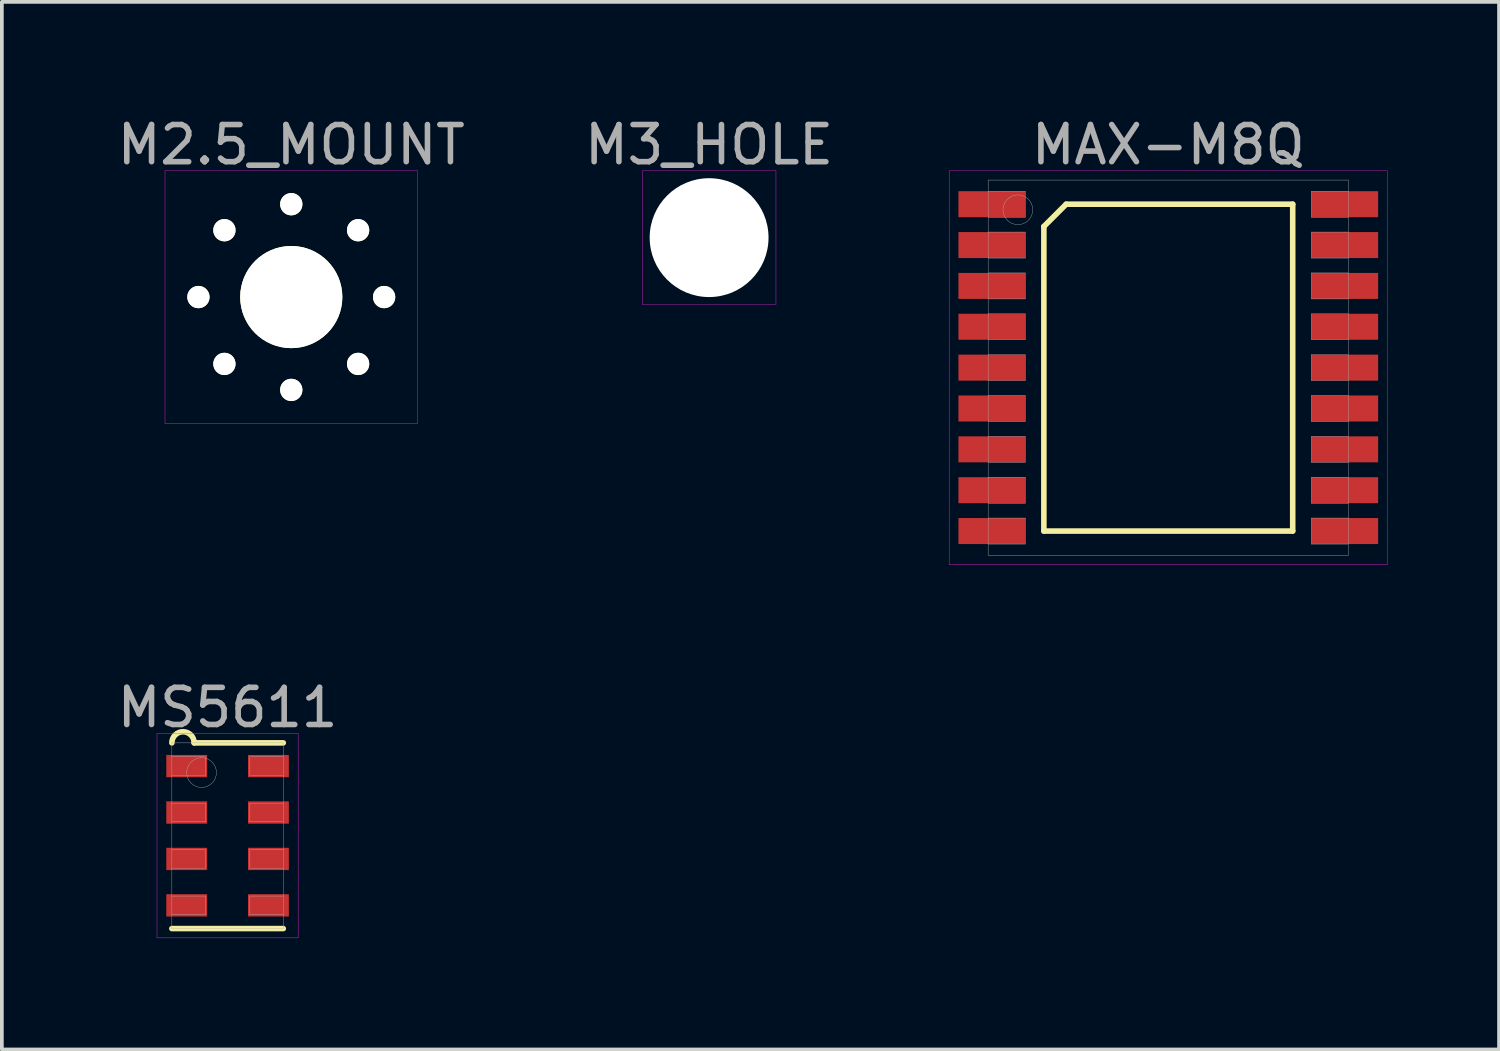
<source format=kicad_pcb>
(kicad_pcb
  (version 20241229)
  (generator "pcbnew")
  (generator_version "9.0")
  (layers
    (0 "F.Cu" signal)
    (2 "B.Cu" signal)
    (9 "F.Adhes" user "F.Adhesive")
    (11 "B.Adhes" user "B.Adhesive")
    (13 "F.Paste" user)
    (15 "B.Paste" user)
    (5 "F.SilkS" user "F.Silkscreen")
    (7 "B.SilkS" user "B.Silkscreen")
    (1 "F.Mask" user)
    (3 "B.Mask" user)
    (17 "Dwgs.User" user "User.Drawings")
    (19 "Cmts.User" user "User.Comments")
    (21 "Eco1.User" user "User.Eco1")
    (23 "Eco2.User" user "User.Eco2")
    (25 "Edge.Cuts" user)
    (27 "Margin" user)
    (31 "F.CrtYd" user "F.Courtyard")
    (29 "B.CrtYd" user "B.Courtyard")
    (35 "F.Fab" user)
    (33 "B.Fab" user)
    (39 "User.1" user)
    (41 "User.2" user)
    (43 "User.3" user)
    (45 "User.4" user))
  (footprint "MS5611"
    (layer "F.Cu")
    (at 3.077 19.451)
    (property "Reference" "MS5611" (at 0 -3.45 0) (layer "F.Fab") (effects (font (size 1 1) (thickness 0.15))))
    (attr smd)
    (fp_line (start -1.5 2.5) (end 1.5 2.5) (stroke (width 0.15) (type solid)) (layer "F.SilkS"))
    (fp_line (start -0.9 -2.5) (end 1.5 -2.5) (stroke (width 0.15) (type solid)) (layer "F.SilkS"))
    (fp_arc (start -1.5 -2.5) (mid -1.2 -2.8) (end -0.9 -2.5) (stroke (width 0.15) (type solid)) (layer "F.SilkS"))
    (fp_line (start -1.9 -2.75) (end 1.9 -2.75) (stroke (width 0.01) (type solid)) (layer "F.CrtYd"))
    (fp_line (start -1.9 2.75) (end -1.9 -2.75) (stroke (width 0.01) (type solid)) (layer "F.CrtYd"))
    (fp_line (start 1.9 -2.75) (end 1.9 2.75) (stroke (width 0.01) (type solid)) (layer "F.CrtYd"))
    (fp_line (start 1.9 2.75) (end -1.9 2.75) (stroke (width 0.01) (type solid)) (layer "F.CrtYd"))
    (fp_line (start -1.5 -2.5) (end 1.5 -2.5) (stroke (width 0.01) (type solid)) (layer "F.Fab"))
    (fp_line (start -1.5 -1.625) (end -0.6 -1.625) (stroke (width 0.01) (type solid)) (layer "F.Fab"))
    (fp_line (start -1.5 -0.375) (end -0.6 -0.375) (stroke (width 0.01) (type solid)) (layer "F.Fab"))
    (fp_line (start -1.5 0.875) (end -0.6 0.875) (stroke (width 0.01) (type solid)) (layer "F.Fab"))
    (fp_line (start -1.5 2.125) (end -0.6 2.125) (stroke (width 0.01) (type solid)) (layer "F.Fab"))
    (fp_line (start -1.5 2.5) (end -1.5 -2.5) (stroke (width 0.01) (type solid)) (layer "F.Fab"))
    (fp_line (start -0.6 -2.125) (end -1.5 -2.125) (stroke (width 0.01) (type solid)) (layer "F.Fab"))
    (fp_line (start -0.6 -1.625) (end -0.6 -2.125) (stroke (width 0.01) (type solid)) (layer "F.Fab"))
    (fp_line (start -0.6 -0.875) (end -1.5 -0.875) (stroke (width 0.01) (type solid)) (layer "F.Fab"))
    (fp_line (start -0.6 -0.375) (end -0.6 -0.875) (stroke (width 0.01) (type solid)) (layer "F.Fab"))
    (fp_line (start -0.6 0.375) (end -1.5 0.375) (stroke (width 0.01) (type solid)) (layer "F.Fab"))
    (fp_line (start -0.6 0.875) (end -0.6 0.375) (stroke (width 0.01) (type solid)) (layer "F.Fab"))
    (fp_line (start -0.6 1.625) (end -1.5 1.625) (stroke (width 0.01) (type solid)) (layer "F.Fab"))
    (fp_line (start -0.6 2.125) (end -0.6 1.625) (stroke (width 0.01) (type solid)) (layer "F.Fab"))
    (fp_line (start 0.6 -2.125) (end 0.6 -1.625) (stroke (width 0.01) (type solid)) (layer "F.Fab"))
    (fp_line (start 0.6 -1.625) (end 1.5 -1.625) (stroke (width 0.01) (type solid)) (layer "F.Fab"))
    (fp_line (start 0.6 -0.875) (end 0.6 -0.375) (stroke (width 0.01) (type solid)) (layer "F.Fab"))
    (fp_line (start 0.6 -0.375) (end 1.5 -0.375) (stroke (width 0.01) (type solid)) (layer "F.Fab"))
    (fp_line (start 0.6 0.375) (end 0.6 0.875) (stroke (width 0.01) (type solid)) (layer "F.Fab"))
    (fp_line (start 0.6 0.875) (end 1.5 0.875) (stroke (width 0.01) (type solid)) (layer "F.Fab"))
    (fp_line (start 0.6 1.625) (end 0.6 2.125) (stroke (width 0.01) (type solid)) (layer "F.Fab"))
    (fp_line (start 0.6 2.125) (end 1.5 2.125) (stroke (width 0.01) (type solid)) (layer "F.Fab"))
    (fp_line (start 1.5 -2.5) (end 1.5 2.5) (stroke (width 0.01) (type solid)) (layer "F.Fab"))
    (fp_line (start 1.5 -2.125) (end 0.6 -2.125) (stroke (width 0.01) (type solid)) (layer "F.Fab"))
    (fp_line (start 1.5 -0.875) (end 0.6 -0.875) (stroke (width 0.01) (type solid)) (layer "F.Fab"))
    (fp_line (start 1.5 0.375) (end 0.6 0.375) (stroke (width 0.01) (type solid)) (layer "F.Fab"))
    (fp_line (start 1.5 1.625) (end 0.6 1.625) (stroke (width 0.01) (type solid)) (layer "F.Fab"))
    (fp_line (start 1.5 2.5) (end -1.5 2.5) (stroke (width 0.01) (type solid)) (layer "F.Fab"))
    (fp_circle (center -0.7 -1.7) (end -0.7 -1.3) (stroke (width 0.01) (type solid)) (fill no) (layer "F.Fab"))
    (pad "1" smd rect (at -1.1 -1.875) (size 1.1 0.6) (layers "F.Cu" "F.Mask" "F.Paste"))
    (pad "2" smd rect (at -1.1 -0.625) (size 1.1 0.6) (layers "F.Cu" "F.Mask" "F.Paste"))
    (pad "3" smd rect (at -1.1 0.625) (size 1.1 0.6) (layers "F.Cu" "F.Mask" "F.Paste"))
    (pad "4" smd rect (at -1.1 1.875) (size 1.1 0.6) (layers "F.Cu" "F.Mask" "F.Paste"))
    (pad "5" smd rect (at 1.1 1.875) (size 1.1 0.6) (layers "F.Cu" "F.Mask" "F.Paste"))
    (pad "6" smd rect (at 1.1 0.625) (size 1.1 0.6) (layers "F.Cu" "F.Mask" "F.Paste"))
    (pad "7" smd rect (at 1.1 -0.625) (size 1.1 0.6) (layers "F.Cu" "F.Mask" "F.Paste"))
    (pad "8" smd rect (at 1.1 -1.875) (size 1.1 0.6) (layers "F.Cu" "F.Mask" "F.Paste")))
  (footprint "M3_HOLE"
    (layer "F.Cu")
    (at 16.042 3.348)
    (property "Reference" "M3_HOLE" (at 0 -2.5 0) (layer "F.Fab") (effects (font (size 1 1) (thickness 0.15))))
    (attr through_hole)
    (fp_line (start -1.8 -1.8) (end 1.8 -1.8) (stroke (width 0.01) (type solid)) (layer "F.CrtYd"))
    (fp_line (start -1.8 1.8) (end -1.8 -1.8) (stroke (width 0.01) (type solid)) (layer "F.CrtYd"))
    (fp_line (start 1.8 -1.8) (end 1.8 1.8) (stroke (width 0.01) (type solid)) (layer "F.CrtYd"))
    (fp_line (start 1.8 1.8) (end -1.8 1.8) (stroke (width 0.01) (type solid)) (layer "F.CrtYd"))
    (pad "" np_thru_hole circle (at 0 0) (size 3.2 3.2) (drill 3.2) (layers "*.Cu")))
  (footprint "MAX-M8Q"
    (layer "F.Cu")
    (at 28.405 6.848)
    (property "Reference" "MAX-M8Q" (at 0 -6 0) (layer "F.Fab") (effects (font (size 1 1) (thickness 0.15))))
    (attr smd)
    (fp_line (start -3.35 -3.8) (end -2.75 -4.4) (stroke (width 0.15) (type solid)) (layer "F.SilkS"))
    (fp_line (start -3.35 4.4) (end -3.35 -3.8) (stroke (width 0.15) (type solid)) (layer "F.SilkS"))
    (fp_line (start -2.75 -4.4) (end 3.35 -4.4) (stroke (width 0.15) (type solid)) (layer "F.SilkS"))
    (fp_line (start 3.35 -4.4) (end 3.35 4.4) (stroke (width 0.15) (type solid)) (layer "F.SilkS"))
    (fp_line (start 3.35 4.4) (end -3.35 4.4) (stroke (width 0.15) (type solid)) (layer "F.SilkS"))
    (fp_line (start -5.9 -5.3) (end 5.9 -5.3) (stroke (width 0.01) (type solid)) (layer "F.CrtYd"))
    (fp_line (start -5.9 5.3) (end -5.9 -5.3) (stroke (width 0.01) (type solid)) (layer "F.CrtYd"))
    (fp_line (start 5.9 -5.3) (end 5.9 5.3) (stroke (width 0.01) (type solid)) (layer "F.CrtYd"))
    (fp_line (start 5.9 5.3) (end -5.9 5.3) (stroke (width 0.01) (type solid)) (layer "F.CrtYd"))
    (fp_line (start -4.85 -5.05) (end 4.85 -5.05) (stroke (width 0.01) (type solid)) (layer "F.Fab"))
    (fp_line (start -4.85 -4.05) (end -3.85 -4.05) (stroke (width 0.01) (type solid)) (layer "F.Fab"))
    (fp_line (start -4.85 -2.95) (end -3.85 -2.95) (stroke (width 0.01) (type solid)) (layer "F.Fab"))
    (fp_line (start -4.85 -1.85) (end -3.85 -1.85) (stroke (width 0.01) (type solid)) (layer "F.Fab"))
    (fp_line (start -4.85 -0.75) (end -3.85 -0.75) (stroke (width 0.01) (type solid)) (layer "F.Fab"))
    (fp_line (start -4.85 0.35) (end -3.85 0.35) (stroke (width 0.01) (type solid)) (layer "F.Fab"))
    (fp_line (start -4.85 1.45) (end -3.85 1.45) (stroke (width 0.01) (type solid)) (layer "F.Fab"))
    (fp_line (start -4.85 2.55) (end -3.85 2.55) (stroke (width 0.01) (type solid)) (layer "F.Fab"))
    (fp_line (start -4.85 3.65) (end -3.85 3.65) (stroke (width 0.01) (type solid)) (layer "F.Fab"))
    (fp_line (start -4.85 4.75) (end -3.85 4.75) (stroke (width 0.01) (type solid)) (layer "F.Fab"))
    (fp_line (start -4.85 5.05) (end -4.85 -5.05) (stroke (width 0.01) (type solid)) (layer "F.Fab"))
    (fp_line (start -3.85 -4.75) (end -4.85 -4.75) (stroke (width 0.01) (type solid)) (layer "F.Fab"))
    (fp_line (start -3.85 -4.05) (end -3.85 -4.75) (stroke (width 0.01) (type solid)) (layer "F.Fab"))
    (fp_line (start -3.85 -3.65) (end -4.85 -3.65) (stroke (width 0.01) (type solid)) (layer "F.Fab"))
    (fp_line (start -3.85 -2.95) (end -3.85 -3.65) (stroke (width 0.01) (type solid)) (layer "F.Fab"))
    (fp_line (start -3.85 -2.55) (end -4.85 -2.55) (stroke (width 0.01) (type solid)) (layer "F.Fab"))
    (fp_line (start -3.85 -1.85) (end -3.85 -2.55) (stroke (width 0.01) (type solid)) (layer "F.Fab"))
    (fp_line (start -3.85 -1.45) (end -4.85 -1.45) (stroke (width 0.01) (type solid)) (layer "F.Fab"))
    (fp_line (start -3.85 -0.75) (end -3.85 -1.45) (stroke (width 0.01) (type solid)) (layer "F.Fab"))
    (fp_line (start -3.85 -0.35) (end -4.85 -0.35) (stroke (width 0.01) (type solid)) (layer "F.Fab"))
    (fp_line (start -3.85 0.35) (end -3.85 -0.35) (stroke (width 0.01) (type solid)) (layer "F.Fab"))
    (fp_line (start -3.85 0.75) (end -4.85 0.75) (stroke (width 0.01) (type solid)) (layer "F.Fab"))
    (fp_line (start -3.85 1.45) (end -3.85 0.75) (stroke (width 0.01) (type solid)) (layer "F.Fab"))
    (fp_line (start -3.85 1.85) (end -4.85 1.85) (stroke (width 0.01) (type solid)) (layer "F.Fab"))
    (fp_line (start -3.85 2.55) (end -3.85 1.85) (stroke (width 0.01) (type solid)) (layer "F.Fab"))
    (fp_line (start -3.85 2.95) (end -4.85 2.95) (stroke (width 0.01) (type solid)) (layer "F.Fab"))
    (fp_line (start -3.85 3.65) (end -3.85 2.95) (stroke (width 0.01) (type solid)) (layer "F.Fab"))
    (fp_line (start -3.85 4.05) (end -4.85 4.05) (stroke (width 0.01) (type solid)) (layer "F.Fab"))
    (fp_line (start -3.85 4.75) (end -3.85 4.05) (stroke (width 0.01) (type solid)) (layer "F.Fab"))
    (fp_line (start 3.85 -4.75) (end 3.85 -4.05) (stroke (width 0.01) (type solid)) (layer "F.Fab"))
    (fp_line (start 3.85 -4.05) (end 4.85 -4.05) (stroke (width 0.01) (type solid)) (layer "F.Fab"))
    (fp_line (start 3.85 -3.65) (end 3.85 -2.95) (stroke (width 0.01) (type solid)) (layer "F.Fab"))
    (fp_line (start 3.85 -2.95) (end 4.85 -2.95) (stroke (width 0.01) (type solid)) (layer "F.Fab"))
    (fp_line (start 3.85 -2.55) (end 3.85 -1.85) (stroke (width 0.01) (type solid)) (layer "F.Fab"))
    (fp_line (start 3.85 -1.85) (end 4.85 -1.85) (stroke (width 0.01) (type solid)) (layer "F.Fab"))
    (fp_line (start 3.85 -1.45) (end 3.85 -0.75) (stroke (width 0.01) (type solid)) (layer "F.Fab"))
    (fp_line (start 3.85 -0.75) (end 4.85 -0.75) (stroke (width 0.01) (type solid)) (layer "F.Fab"))
    (fp_line (start 3.85 -0.35) (end 3.85 0.35) (stroke (width 0.01) (type solid)) (layer "F.Fab"))
    (fp_line (start 3.85 0.35) (end 4.85 0.35) (stroke (width 0.01) (type solid)) (layer "F.Fab"))
    (fp_line (start 3.85 0.75) (end 3.85 1.45) (stroke (width 0.01) (type solid)) (layer "F.Fab"))
    (fp_line (start 3.85 1.45) (end 4.85 1.45) (stroke (width 0.01) (type solid)) (layer "F.Fab"))
    (fp_line (start 3.85 1.85) (end 3.85 2.55) (stroke (width 0.01) (type solid)) (layer "F.Fab"))
    (fp_line (start 3.85 2.55) (end 4.85 2.55) (stroke (width 0.01) (type solid)) (layer "F.Fab"))
    (fp_line (start 3.85 2.95) (end 3.85 3.65) (stroke (width 0.01) (type solid)) (layer "F.Fab"))
    (fp_line (start 3.85 3.65) (end 4.85 3.65) (stroke (width 0.01) (type solid)) (layer "F.Fab"))
    (fp_line (start 3.85 4.05) (end 3.85 4.75) (stroke (width 0.01) (type solid)) (layer "F.Fab"))
    (fp_line (start 3.85 4.75) (end 4.85 4.75) (stroke (width 0.01) (type solid)) (layer "F.Fab"))
    (fp_line (start 4.85 -5.05) (end 4.85 5.05) (stroke (width 0.01) (type solid)) (layer "F.Fab"))
    (fp_line (start 4.85 -4.75) (end 3.85 -4.75) (stroke (width 0.01) (type solid)) (layer "F.Fab"))
    (fp_line (start 4.85 -3.65) (end 3.85 -3.65) (stroke (width 0.01) (type solid)) (layer "F.Fab"))
    (fp_line (start 4.85 -2.55) (end 3.85 -2.55) (stroke (width 0.01) (type solid)) (layer "F.Fab"))
    (fp_line (start 4.85 -1.45) (end 3.85 -1.45) (stroke (width 0.01) (type solid)) (layer "F.Fab"))
    (fp_line (start 4.85 -0.35) (end 3.85 -0.35) (stroke (width 0.01) (type solid)) (layer "F.Fab"))
    (fp_line (start 4.85 0.75) (end 3.85 0.75) (stroke (width 0.01) (type solid)) (layer "F.Fab"))
    (fp_line (start 4.85 1.85) (end 3.85 1.85) (stroke (width 0.01) (type solid)) (layer "F.Fab"))
    (fp_line (start 4.85 2.95) (end 3.85 2.95) (stroke (width 0.01) (type solid)) (layer "F.Fab"))
    (fp_line (start 4.85 4.05) (end 3.85 4.05) (stroke (width 0.01) (type solid)) (layer "F.Fab"))
    (fp_line (start 4.85 5.05) (end -4.85 5.05) (stroke (width 0.01) (type solid)) (layer "F.Fab"))
    (fp_circle (center -4.05 -4.25) (end -4.05 -3.85) (stroke (width 0.01) (type solid)) (fill no) (layer "F.Fab"))
    (pad "1" smd rect (at -4.75 -4.4) (size 1.8 0.7) (layers "F.Cu" "F.Mask" "F.Paste"))
    (pad "2" smd rect (at -4.75 -3.3) (size 1.8 0.7) (layers "F.Cu" "F.Mask" "F.Paste"))
    (pad "3" smd rect (at -4.75 -2.2) (size 1.8 0.7) (layers "F.Cu" "F.Mask" "F.Paste"))
    (pad "4" smd rect (at -4.75 -1.1) (size 1.8 0.7) (layers "F.Cu" "F.Mask" "F.Paste"))
    (pad "5" smd rect (at -4.75 0) (size 1.8 0.7) (layers "F.Cu" "F.Mask" "F.Paste"))
    (pad "6" smd rect (at -4.75 1.1) (size 1.8 0.7) (layers "F.Cu" "F.Mask" "F.Paste"))
    (pad "7" smd rect (at -4.75 2.2) (size 1.8 0.7) (layers "F.Cu" "F.Mask" "F.Paste"))
    (pad "8" smd rect (at -4.75 3.3) (size 1.8 0.7) (layers "F.Cu" "F.Mask" "F.Paste"))
    (pad "9" smd rect (at -4.75 4.4) (size 1.8 0.7) (layers "F.Cu" "F.Mask" "F.Paste"))
    (pad "10" smd rect (at 4.75 4.4) (size 1.8 0.7) (layers "F.Cu" "F.Mask" "F.Paste"))
    (pad "11" smd rect (at 4.75 3.3) (size 1.8 0.7) (layers "F.Cu" "F.Mask" "F.Paste"))
    (pad "12" smd rect (at 4.75 2.2) (size 1.8 0.7) (layers "F.Cu" "F.Mask" "F.Paste"))
    (pad "13" smd rect (at 4.75 1.1) (size 1.8 0.7) (layers "F.Cu" "F.Mask" "F.Paste"))
    (pad "14" smd rect (at 4.75 0) (size 1.8 0.7) (layers "F.Cu" "F.Mask" "F.Paste"))
    (pad "15" smd rect (at 4.75 -1.1) (size 1.8 0.7) (layers "F.Cu" "F.Mask" "F.Paste"))
    (pad "16" smd rect (at 4.75 -2.2) (size 1.8 0.7) (layers "F.Cu" "F.Mask" "F.Paste"))
    (pad "17" smd rect (at 4.75 -3.3) (size 1.8 0.7) (layers "F.Cu" "F.Mask" "F.Paste"))
    (pad "18" smd rect (at 4.75 -4.4) (size 1.8 0.7) (layers "F.Cu" "F.Mask" "F.Paste")))
  (footprint "M2.5_MOUNT"
    (layer "F.Cu")
    (at 4.792 4.948)
    (property "Reference" "M2.5_MOUNT" (at 0 -4.1 0) (layer "F.Fab") (effects (font (size 1 1) (thickness 0.15))))
    (attr exclude_from_pos_files)
    (fp_line (start -3.4 -3.4) (end 3.4 -3.4) (stroke (width 0.01) (type solid)) (layer "F.CrtYd"))
    (fp_line (start -3.4 3.4) (end -3.4 -3.4) (stroke (width 0.01) (type solid)) (layer "F.CrtYd"))
    (fp_line (start 3.4 -3.4) (end 3.4 3.4) (stroke (width 0.01) (type solid)) (layer "F.CrtYd"))
    (fp_line (start 3.4 3.4) (end -3.4 3.4) (stroke (width 0.01) (type solid)) (layer "F.CrtYd"))
    (pad "" np_thru_hole circle (at -2.5 0) (size 0.6 0.6) (drill 0.6) (layers "*.Cu" "*.Mask" "F.SilkS"))
    (pad "" np_thru_hole circle (at -1.8 -1.8) (size 0.6 0.6) (drill 0.6) (layers "*.Cu" "*.Mask" "F.SilkS"))
    (pad "" np_thru_hole circle (at -1.8 1.8) (size 0.6 0.6) (drill 0.6) (layers "*.Cu" "*.Mask" "F.SilkS"))
    (pad "" np_thru_hole circle (at 0 -2.5) (size 0.6 0.6) (drill 0.6) (layers "*.Cu" "*.Mask" "F.SilkS"))
    (pad "" np_thru_hole circle (at 0 0) (size 2.75 2.75) (drill 2.75) (layers "*.Cu" "*.Mask" "F.SilkS"))
    (pad "" np_thru_hole circle (at 0 2.5) (size 0.6 0.6) (drill 0.6) (layers "*.Cu" "*.Mask" "F.SilkS"))
    (pad "" np_thru_hole circle (at 1.8 -1.8) (size 0.6 0.6) (drill 0.6) (layers "*.Cu" "*.Mask" "F.SilkS"))
    (pad "" np_thru_hole circle (at 1.8 1.8) (size 0.6 0.6) (drill 0.6) (layers "*.Cu" "*.Mask" "F.SilkS"))
    (pad "" np_thru_hole circle (at 2.5 0) (size 0.6 0.6) (drill 0.6) (layers "*.Cu" "*.Mask" "F.SilkS")))
  (gr_rect
    (start -3 -3)
    (end 37.31 25.206)
    (stroke (width 0.1) (type default))
    (fill no)
    (layer "Edge.Cuts")))
</source>
